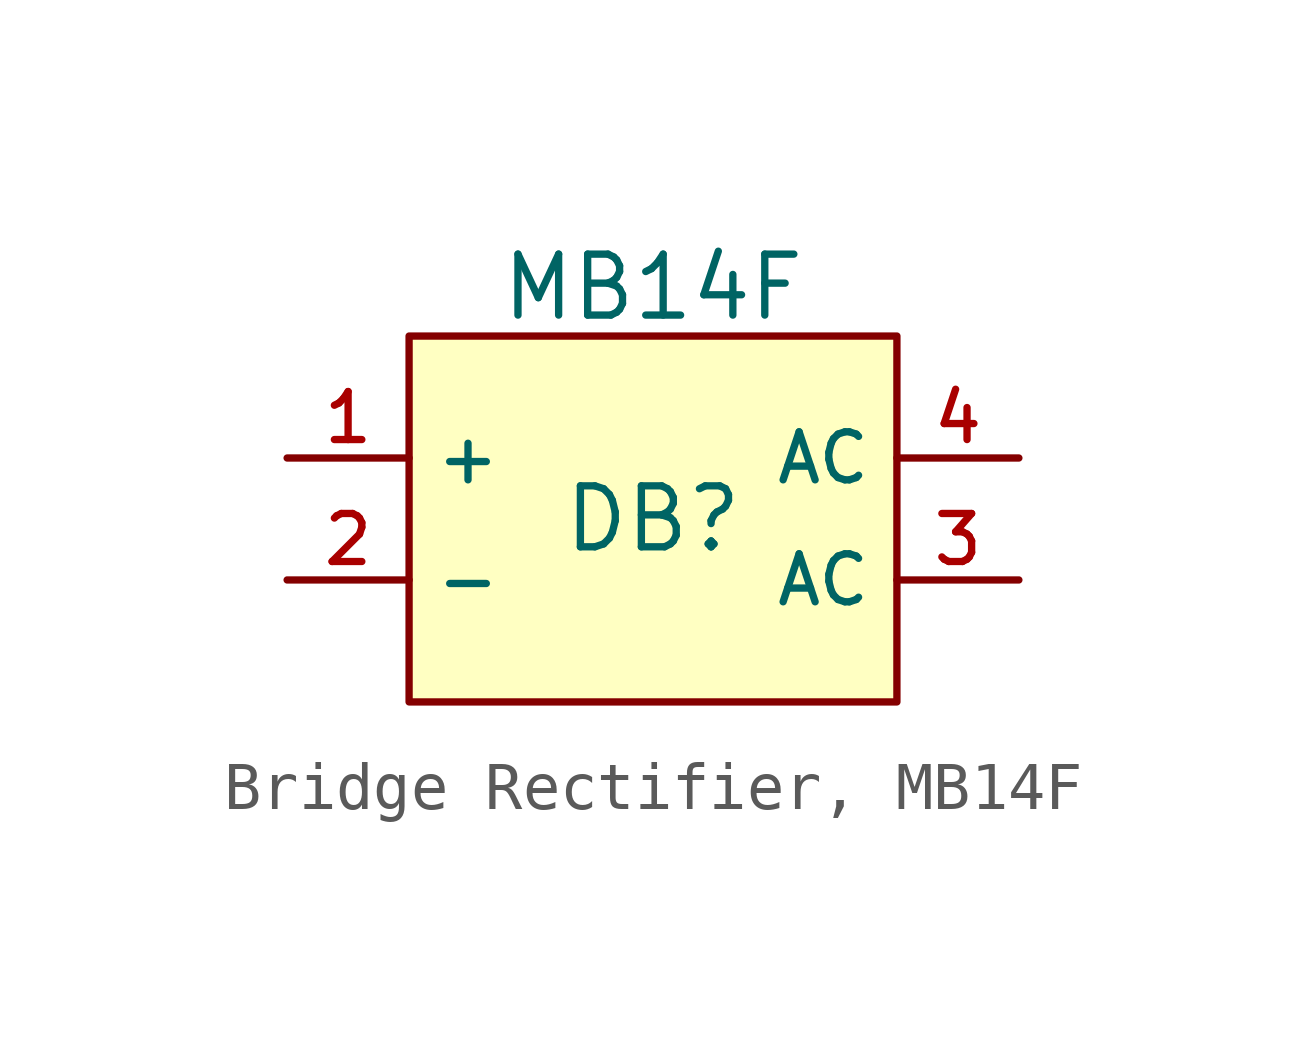
<source format=kicad_sym>
(kicad_symbol_lib
  (version 20231120)
  (generator "CDFER_Archive_Tool")
  (generator_version "0.0")
  (symbol "Bridge Rectifier, MB14F"
    (property "Reference" "DB"
      (at 0 1.27 0)
      (effects (font (size 1.27 1.27))))
    (property "Value" "MB14F"
      (at 0 6.096 0)
      (effects (font (size 1.27 1.27))))
    (symbol "Bridge Rectifier, MB14F_0_1"
      (rectangle (start -5.08 5.08) (end 5.08 -2.54) (stroke (width 0) (type default)) (fill (type background)))
      (pin unspecified line (at -7.62 2.54 0) (length 2.54) (name "+" (effects (font (size 1 1)))) (number "1" (effects (font (size 1 1)))))
      (pin unspecified line (at -7.62 0 0) (length 2.54) (name "-" (effects (font (size 1 1)))) (number "2" (effects (font (size 1 1)))))
      (pin unspecified line (at 7.62 0 180) (length 2.54) (name "AC" (effects (font (size 1 1)))) (number "3" (effects (font (size 1 1)))))
      (pin unspecified line (at 7.62 2.54 180) (length 2.54) (name "AC" (effects (font (size 1 1)))) (number "4" (effects (font (size 1 1))))))))
</source>
